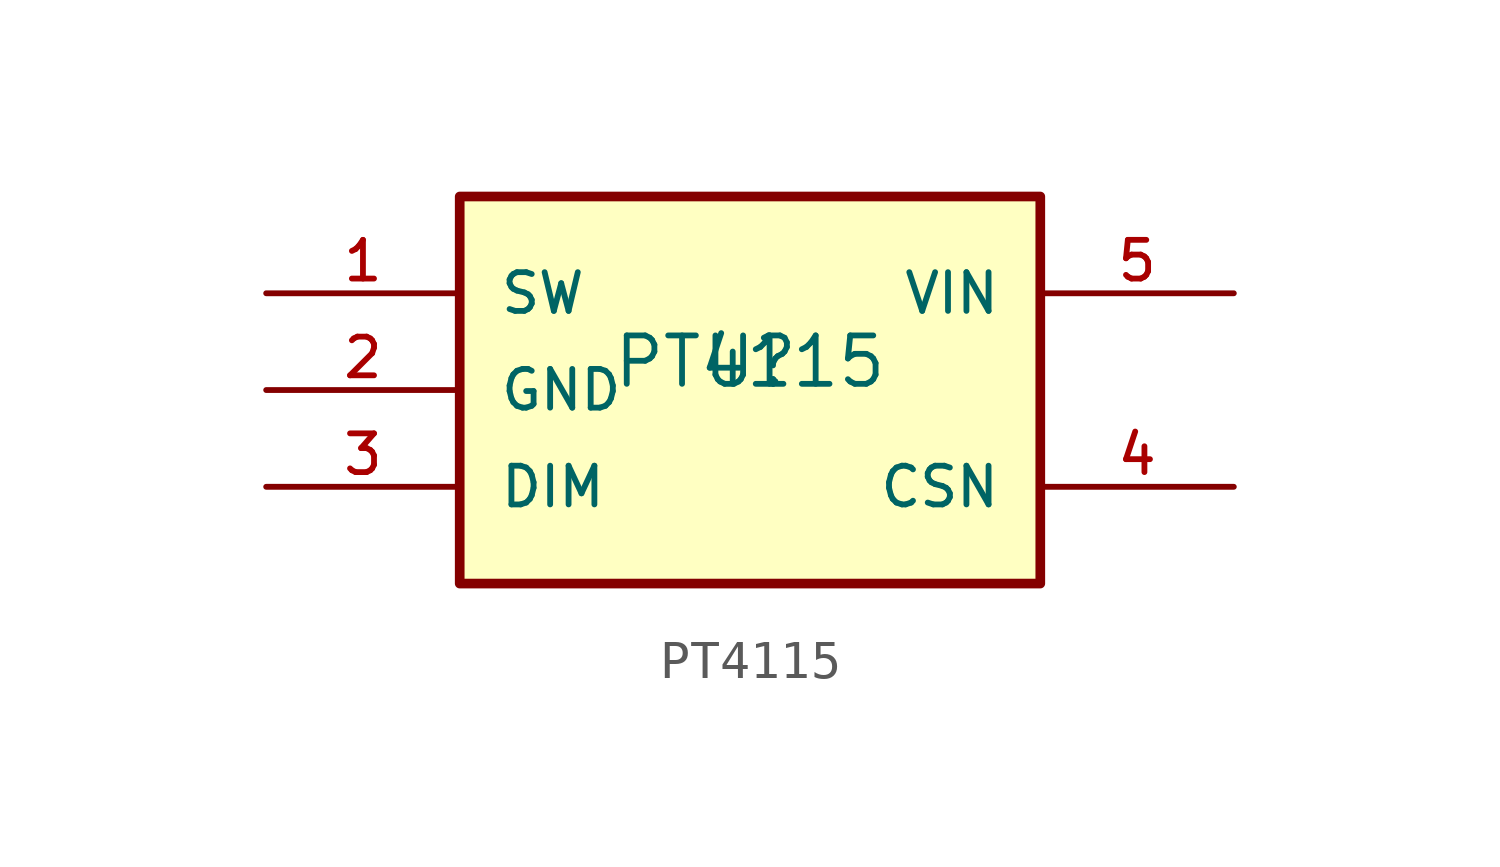
<source format=kicad_sym>
(kicad_symbol_lib
  (version 20231120)
  (generator "kicad_symbol_editor")
  (generator_version "8.0")
  (symbol "PT4115"
    (pin_names
      (offset 1.016))
    (property "Reference" "U"
      (at 0 0 0)
      (effects (font (size 1.27 1.27)) (justify bottom)))
    (property "Value" "PT4115"
      (at 0 0 0)
      (effects (font (size 1.27 1.27)) (justify bottom)))
    (symbol "PT4115_0_0"
      (rectangle (start -7.62 -5.08) (end 7.62 5.08) (stroke (width 0.254) (type default)) (fill (type background)))
      (pin bidirectional line (at -12.7 2.54 0) (length 5.08) (name "SW" (effects (font (size 1.016 1.016)))) (number "1" (effects (font (size 1.016 1.016)))))
      (pin bidirectional line (at -12.7 0 0) (length 5.08) (name "GND" (effects (font (size 1.016 1.016)))) (number "2" (effects (font (size 1.016 1.016)))))
      (pin bidirectional line (at -12.7 -2.54 0) (length 5.08) (name "DIM" (effects (font (size 1.016 1.016)))) (number "3" (effects (font (size 1.016 1.016)))))
      (pin bidirectional line (at 12.7 -2.54 180) (length 5.08) (name "CSN" (effects (font (size 1.016 1.016)))) (number "4" (effects (font (size 1.016 1.016)))))
      (pin bidirectional line (at 12.7 2.54 180) (length 5.08) (name "VIN" (effects (font (size 1.016 1.016)))) (number "5" (effects (font (size 1.016 1.016))))))))
</source>
